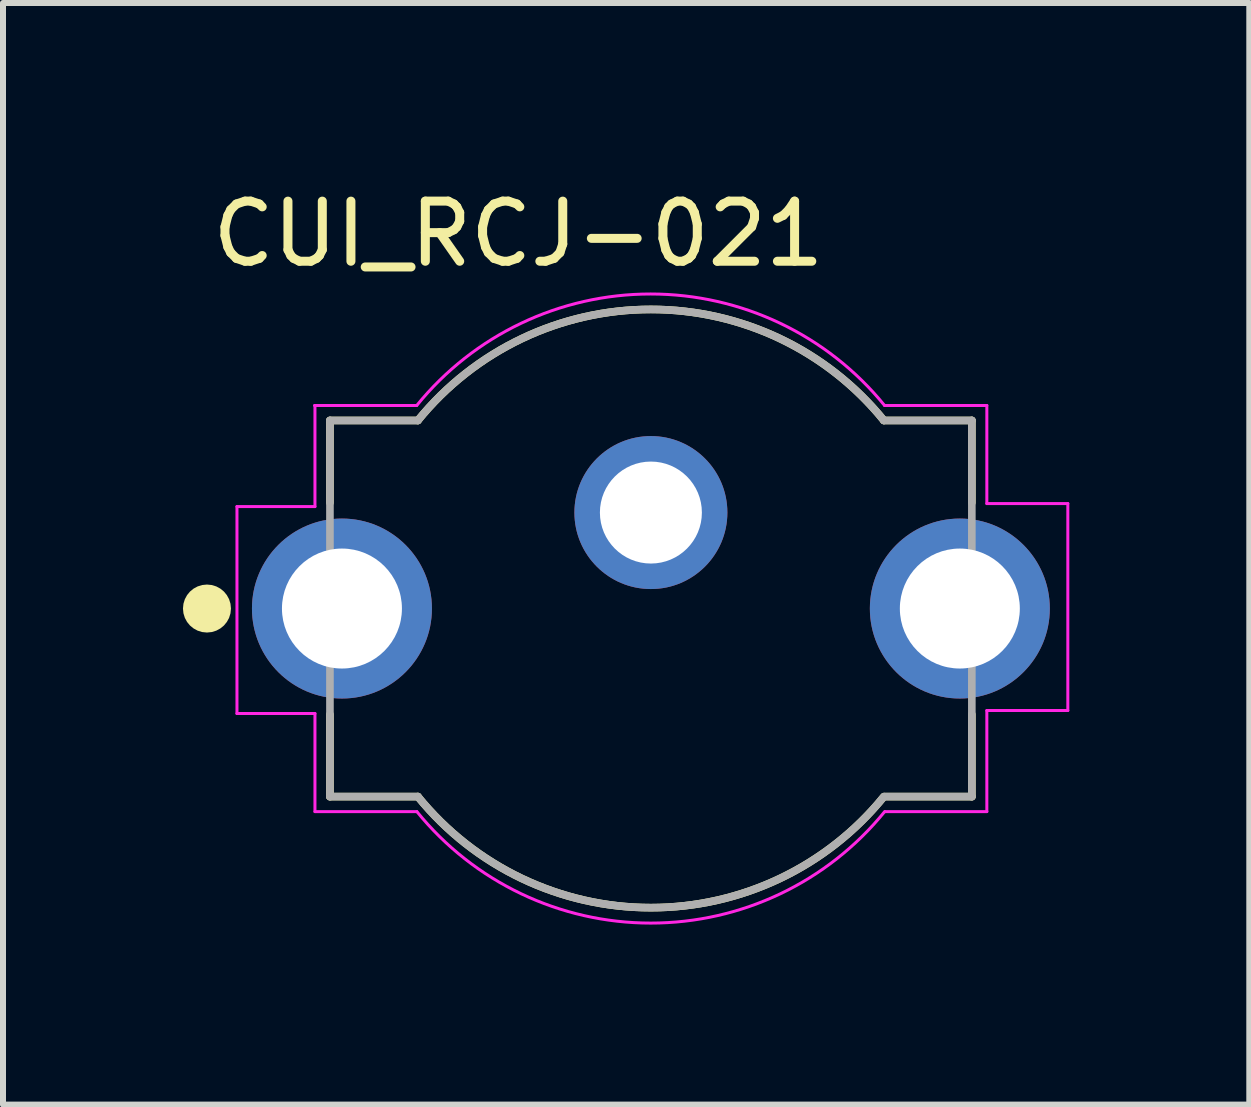
<source format=kicad_pcb>
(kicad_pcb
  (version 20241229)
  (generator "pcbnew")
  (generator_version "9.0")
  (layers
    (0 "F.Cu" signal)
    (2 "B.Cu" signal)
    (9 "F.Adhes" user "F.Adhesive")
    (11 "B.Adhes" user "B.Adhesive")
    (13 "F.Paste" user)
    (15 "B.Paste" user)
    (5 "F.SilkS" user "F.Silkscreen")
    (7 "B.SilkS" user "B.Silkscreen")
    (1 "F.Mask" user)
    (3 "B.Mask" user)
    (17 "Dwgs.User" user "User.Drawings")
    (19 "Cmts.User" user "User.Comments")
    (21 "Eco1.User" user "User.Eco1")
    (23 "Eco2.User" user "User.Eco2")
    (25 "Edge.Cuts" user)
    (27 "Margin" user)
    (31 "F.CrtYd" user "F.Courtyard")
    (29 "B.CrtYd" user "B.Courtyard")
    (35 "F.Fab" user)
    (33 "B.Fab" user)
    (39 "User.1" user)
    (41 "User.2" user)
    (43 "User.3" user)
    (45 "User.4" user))
  (footprint "CUI_RCJ-021"
    (layer "F.Cu")
    (at 7.8 7.094)
    (property "Reference" "CUI_RCJ-021" (at -2.209 -6.245 0) (layer "F.SilkS") (effects (font (size 1.002 1.002) (thickness 0.15))))
    (attr through_hole)
    (fp_line (start -5.35 -3.135) (end -5.35 -1.765) (stroke (width 0.127) (type solid)) (layer "F.SilkS"))
    (fp_line (start -5.35 1.765) (end -5.35 3.135) (stroke (width 0.127) (type solid)) (layer "F.SilkS"))
    (fp_line (start -3.884 -3.135) (end -5.35 -3.135) (stroke (width 0.127) (type solid)) (layer "F.SilkS"))
    (fp_line (start -3.884 3.135) (end -5.35 3.135) (stroke (width 0.127) (type solid)) (layer "F.SilkS"))
    (fp_line (start 5.35 -3.135) (end 3.884 -3.135) (stroke (width 0.127) (type solid)) (layer "F.SilkS"))
    (fp_line (start 5.35 -3.135) (end 5.35 -1.765) (stroke (width 0.127) (type solid)) (layer "F.SilkS"))
    (fp_line (start 5.35 1.765) (end 5.35 3.135) (stroke (width 0.127) (type solid)) (layer "F.SilkS"))
    (fp_line (start 5.35 3.135) (end 3.904 3.135) (stroke (width 0.127) (type solid)) (layer "F.SilkS"))
    (fp_arc (start -3.884 -3.135) (mid 0 -4.986221) (end 3.884 -3.135) (stroke (width 0.127) (type solid)) (layer "F.SilkS"))
    (fp_arc (start 3.884 3.135) (mid 0 4.986221) (end -3.884 3.135) (stroke (width 0.127) (type solid)) (layer "F.SilkS"))
    (fp_circle (center -7.4 0) (end -7.2 0) (stroke (width 0.4) (type solid)) (fill no) (layer "F.SilkS"))
    (fp_line (start -6.9 -1.7) (end -6.9 1.75) (stroke (width 0.05) (type solid)) (layer "F.CrtYd"))
    (fp_line (start -6.9 1.75) (end -5.6 1.75) (stroke (width 0.05) (type solid)) (layer "F.CrtYd"))
    (fp_line (start -5.6 -3.385) (end -5.605 -3.385) (stroke (width 0.05) (type solid)) (layer "F.CrtYd"))
    (fp_line (start -5.6 -3.385) (end -5.6 -1.7) (stroke (width 0.05) (type solid)) (layer "F.CrtYd"))
    (fp_line (start -5.6 -1.7) (end -6.9 -1.7) (stroke (width 0.05) (type solid)) (layer "F.CrtYd"))
    (fp_line (start -5.6 1.75) (end -5.6 3.385) (stroke (width 0.05) (type solid)) (layer "F.CrtYd"))
    (fp_line (start -3.903 -3.385) (end -5.6 -3.385) (stroke (width 0.05) (type solid)) (layer "F.CrtYd"))
    (fp_line (start -3.901 3.385) (end -5.6 3.385) (stroke (width 0.05) (type solid)) (layer "F.CrtYd"))
    (fp_line (start 5.6 -3.385) (end 3.895 -3.385) (stroke (width 0.05) (type solid)) (layer "F.CrtYd"))
    (fp_line (start 5.6 -1.75) (end 5.6 -3.385) (stroke (width 0.05) (type solid)) (layer "F.CrtYd"))
    (fp_line (start 5.6 -1.75) (end 6.95 -1.75) (stroke (width 0.05) (type solid)) (layer "F.CrtYd"))
    (fp_line (start 5.6 3.385) (end 3.904 3.385) (stroke (width 0.05) (type solid)) (layer "F.CrtYd"))
    (fp_line (start 5.6 3.385) (end 5.6 1.7) (stroke (width 0.05) (type solid)) (layer "F.CrtYd"))
    (fp_line (start 6.95 -1.75) (end 6.95 1.7) (stroke (width 0.05) (type solid)) (layer "F.CrtYd"))
    (fp_line (start 6.95 1.7) (end 5.6 1.7) (stroke (width 0.05) (type solid)) (layer "F.CrtYd"))
    (fp_arc (start -3.903 -3.384999) (mid -0.004 -5.24337) (end 3.895 -3.385) (stroke (width 0.05) (type solid)) (layer "F.CrtYd"))
    (fp_arc (start 3.897 3.384999) (mid -0.002 5.24337) (end -3.901 3.385) (stroke (width 0.05) (type solid)) (layer "F.CrtYd"))
    (fp_line (start -5.35 -3.135) (end -5.35 3.135) (stroke (width 0.127) (type solid)) (layer "F.Fab"))
    (fp_line (start -3.884 -3.135) (end -5.35 -3.135) (stroke (width 0.127) (type solid)) (layer "F.Fab"))
    (fp_line (start -3.884 3.135) (end -5.35 3.135) (stroke (width 0.127) (type solid)) (layer "F.Fab"))
    (fp_line (start 5.35 -3.135) (end 3.884 -3.135) (stroke (width 0.127) (type solid)) (layer "F.Fab"))
    (fp_line (start 5.35 3.135) (end 3.904 3.135) (stroke (width 0.127) (type solid)) (layer "F.Fab"))
    (fp_line (start 5.35 3.135) (end 5.35 -3.135) (stroke (width 0.127) (type solid)) (layer "F.Fab"))
    (fp_arc (start -3.884 -3.135) (mid 0 -4.986221) (end 3.884 -3.135) (stroke (width 0.127) (type solid)) (layer "F.Fab"))
    (fp_arc (start 3.884 3.135) (mid 0 4.986221) (end -3.884 3.135) (stroke (width 0.127) (type solid)) (layer "F.Fab"))
    (pad "1A" thru_hole circle (at -5.15 0) (size 3 3) (drill 2) (layers "*.Cu" "*.Mask"))
    (pad "1B" thru_hole circle (at 5.15 0) (size 3 3) (drill 2) (layers "*.Cu" "*.Mask"))
    (pad "2" thru_hole circle (at 0 -1.6) (size 2.55 2.55) (drill 1.7) (layers "*.Cu" "*.Mask")))
  (gr_rect
    (start -3 -3)
    (end 17.775 15.363)
    (stroke (width 0.1) (type default))
    (fill no)
    (layer "Edge.Cuts")))
</source>
